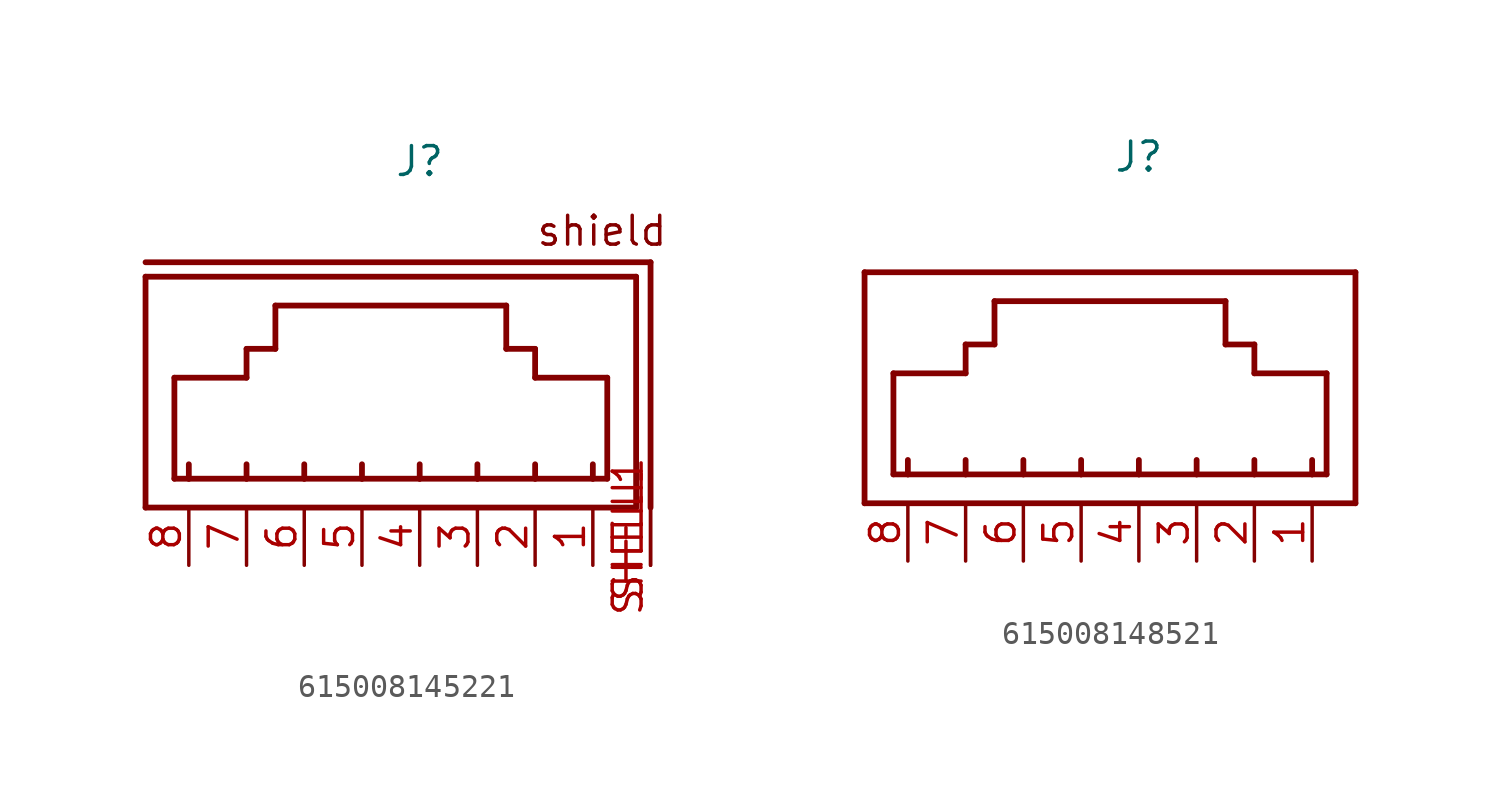
<source format=kicad_sym>
(kicad_symbol_lib
  (version 20241209)
  (generator "kicad_symbol_editor")
  (generator_version "9.0")
  (symbol "615008145221"
    (pin_names
      (hide yes))
    (property "Reference" "J"
      (at 0 10.16 0)
      (effects (font (size 1.27 1.27))))
    (symbol "615008145221_1_0"
      (polyline (pts (xy -12.065 5.715) (xy 10.16 5.715)) (stroke (width 0.254) (type solid)) (fill (type none)))
      (polyline (pts (xy -12.065 5.08) (xy 9.525 5.08)) (stroke (width 0.254) (type solid)) (fill (type none)))
      (polyline (pts (xy -12.065 -5.08) (xy -12.065 5.08)) (stroke (width 0.254) (type solid)) (fill (type none)))
      (polyline (pts (xy -10.795 0.635) (xy -7.62 0.635)) (stroke (width 0.254) (type solid)) (fill (type none)))
      (polyline (pts (xy -10.795 -3.81) (xy -10.795 0.635)) (stroke (width 0.254) (type solid)) (fill (type none)))
      (polyline (pts (xy -10.16 -3.81) (xy -10.795 -3.81)) (stroke (width 0.254) (type solid)) (fill (type none)))
      (polyline (pts (xy -10.16 -3.81) (xy -10.16 -3.175)) (stroke (width 0.254) (type solid)) (fill (type none)))
      (polyline (pts (xy -7.62 1.905) (xy -6.35 1.905)) (stroke (width 0.254) (type solid)) (fill (type none)))
      (polyline (pts (xy -7.62 0.635) (xy -7.62 1.905)) (stroke (width 0.254) (type solid)) (fill (type none)))
      (polyline (pts (xy -7.62 -3.81) (xy -10.16 -3.81)) (stroke (width 0.254) (type solid)) (fill (type none)))
      (polyline (pts (xy -7.62 -3.81) (xy -7.62 -3.175)) (stroke (width 0.254) (type solid)) (fill (type none)))
      (polyline (pts (xy -6.35 3.81) (xy 3.81 3.81)) (stroke (width 0.254) (type solid)) (fill (type none)))
      (polyline (pts (xy -6.35 1.905) (xy -6.35 3.81)) (stroke (width 0.254) (type solid)) (fill (type none)))
      (polyline (pts (xy -5.08 -3.81) (xy -7.62 -3.81)) (stroke (width 0.254) (type solid)) (fill (type none)))
      (polyline (pts (xy -5.08 -3.81) (xy -5.08 -3.175)) (stroke (width 0.254) (type solid)) (fill (type none)))
      (polyline (pts (xy -2.54 -3.81) (xy -5.08 -3.81)) (stroke (width 0.254) (type solid)) (fill (type none)))
      (polyline (pts (xy -2.54 -3.81) (xy -2.54 -3.175)) (stroke (width 0.254) (type solid)) (fill (type none)))
      (polyline (pts (xy 0 -3.81) (xy -2.54 -3.81)) (stroke (width 0.254) (type solid)) (fill (type none)))
      (polyline (pts (xy 0 -3.81) (xy 0 -3.175)) (stroke (width 0.254) (type solid)) (fill (type none)))
      (polyline (pts (xy 2.54 -3.81) (xy 0 -3.81)) (stroke (width 0.254) (type solid)) (fill (type none)))
      (polyline (pts (xy 2.54 -3.81) (xy 2.54 -3.175)) (stroke (width 0.254) (type solid)) (fill (type none)))
      (polyline (pts (xy 3.81 1.905) (xy 3.81 3.81)) (stroke (width 0.254) (type solid)) (fill (type none)))
      (polyline (pts (xy 5.08 1.905) (xy 3.81 1.905)) (stroke (width 0.254) (type solid)) (fill (type none)))
      (polyline (pts (xy 5.08 0.635) (xy 5.08 1.905)) (stroke (width 0.254) (type solid)) (fill (type none)))
      (polyline (pts (xy 5.08 -3.81) (xy 2.54 -3.81)) (stroke (width 0.254) (type solid)) (fill (type none)))
      (polyline (pts (xy 5.08 -3.81) (xy 5.08 -3.175)) (stroke (width 0.254) (type solid)) (fill (type none)))
      (polyline (pts (xy 7.62 -3.81) (xy 5.08 -3.81)) (stroke (width 0.254) (type solid)) (fill (type none)))
      (polyline (pts (xy 7.62 -3.81) (xy 7.62 -3.175)) (stroke (width 0.254) (type solid)) (fill (type none)))
      (polyline (pts (xy 8.255 0.635) (xy 5.08 0.635)) (stroke (width 0.254) (type solid)) (fill (type none)))
      (polyline (pts (xy 8.255 0.635) (xy 8.255 -3.81)) (stroke (width 0.254) (type solid)) (fill (type none)))
      (polyline (pts (xy 8.255 -3.81) (xy 7.62 -3.81)) (stroke (width 0.254) (type solid)) (fill (type none)))
      (polyline (pts (xy 9.525 5.08) (xy 9.525 -5.08)) (stroke (width 0.254) (type solid)) (fill (type none)))
      (polyline (pts (xy 9.525 -5.08) (xy -12.065 -5.08)) (stroke (width 0.254) (type solid)) (fill (type none)))
      (polyline (pts (xy 10.16 5.715) (xy 10.16 -5.08)) (stroke (width 0.254) (type solid)) (fill (type none)))
      (pin passive line (at -10.16 -7.62 90) (length 2.54) (name "8" (effects (font (size 1.27 1.27)))) (number "8" (effects (font (size 1.27 1.27)))))
      (pin passive line (at -7.62 -7.62 90) (length 2.54) (name "7" (effects (font (size 1.27 1.27)))) (number "7" (effects (font (size 1.27 1.27)))))
      (pin passive line (at -5.08 -7.62 90) (length 2.54) (name "6" (effects (font (size 1.27 1.27)))) (number "6" (effects (font (size 1.27 1.27)))))
      (pin passive line (at -2.54 -7.62 90) (length 2.54) (name "5" (effects (font (size 1.27 1.27)))) (number "5" (effects (font (size 1.27 1.27)))))
      (pin passive line (at 0 -7.62 90) (length 2.54) (name "4" (effects (font (size 1.27 1.27)))) (number "4" (effects (font (size 1.27 1.27)))))
      (pin passive line (at 2.54 -7.62 90) (length 2.54) (name "3" (effects (font (size 1.27 1.27)))) (number "3" (effects (font (size 1.27 1.27)))))
      (pin passive line (at 5.08 -7.62 90) (length 2.54) (name "2" (effects (font (size 1.27 1.27)))) (number "2" (effects (font (size 1.27 1.27)))))
      (pin passive line (at 7.62 -7.62 90) (length 2.54) (name "1" (effects (font (size 1.27 1.27)))) (number "1" (effects (font (size 1.27 1.27)))))
      (pin passive line (at 10.16 -7.62 90) (length 2.54) (name "SHIELD" (effects (font (size 1.27 1.27)))) (number "SHELL" (effects (font (size 1.27 1.27)))))
      (pin passive line (at 10.16 -7.62 90) (length 2.54) (name "SHIELD" (effects (font (size 1.27 1.27)))) (number "SHELL1" (effects (font (size 1.27 1.27))))))
    (symbol "615008145221_1_1"
      (text "shield" (at 5.08 6.35 0) (effects (font (size 1.27 1.27)) (justify left bottom)))))
  (symbol "615008148521"
    (pin_names
      (hide yes))
    (property "Reference" "J"
      (at 0 10.16 0)
      (effects (font (size 1.27 1.27))))
    (symbol "615008148521_1_0"
      (polyline (pts (xy -12.065 5.08) (xy 9.525 5.08)) (stroke (width 0.254) (type solid)) (fill (type none)))
      (polyline (pts (xy -12.065 -5.08) (xy -12.065 5.08)) (stroke (width 0.254) (type solid)) (fill (type none)))
      (polyline (pts (xy -10.795 0.635) (xy -7.62 0.635)) (stroke (width 0.254) (type solid)) (fill (type none)))
      (polyline (pts (xy -10.795 -3.81) (xy -10.795 0.635)) (stroke (width 0.254) (type solid)) (fill (type none)))
      (polyline (pts (xy -10.16 -3.81) (xy -10.795 -3.81)) (stroke (width 0.254) (type solid)) (fill (type none)))
      (polyline (pts (xy -10.16 -3.81) (xy -10.16 -3.175)) (stroke (width 0.254) (type solid)) (fill (type none)))
      (polyline (pts (xy -7.62 1.905) (xy -6.35 1.905)) (stroke (width 0.254) (type solid)) (fill (type none)))
      (polyline (pts (xy -7.62 0.635) (xy -7.62 1.905)) (stroke (width 0.254) (type solid)) (fill (type none)))
      (polyline (pts (xy -7.62 -3.81) (xy -10.16 -3.81)) (stroke (width 0.254) (type solid)) (fill (type none)))
      (polyline (pts (xy -7.62 -3.81) (xy -7.62 -3.175)) (stroke (width 0.254) (type solid)) (fill (type none)))
      (polyline (pts (xy -6.35 3.81) (xy 3.81 3.81)) (stroke (width 0.254) (type solid)) (fill (type none)))
      (polyline (pts (xy -6.35 1.905) (xy -6.35 3.81)) (stroke (width 0.254) (type solid)) (fill (type none)))
      (polyline (pts (xy -5.08 -3.81) (xy -7.62 -3.81)) (stroke (width 0.254) (type solid)) (fill (type none)))
      (polyline (pts (xy -5.08 -3.81) (xy -5.08 -3.175)) (stroke (width 0.254) (type solid)) (fill (type none)))
      (polyline (pts (xy -2.54 -3.81) (xy -5.08 -3.81)) (stroke (width 0.254) (type solid)) (fill (type none)))
      (polyline (pts (xy -2.54 -3.81) (xy -2.54 -3.175)) (stroke (width 0.254) (type solid)) (fill (type none)))
      (polyline (pts (xy 0 -3.81) (xy -2.54 -3.81)) (stroke (width 0.254) (type solid)) (fill (type none)))
      (polyline (pts (xy 0 -3.81) (xy 0 -3.175)) (stroke (width 0.254) (type solid)) (fill (type none)))
      (polyline (pts (xy 2.54 -3.175) (xy 2.54 -3.81)) (stroke (width 0.254) (type solid)) (fill (type none)))
      (polyline (pts (xy 2.54 -3.81) (xy 0 -3.81)) (stroke (width 0.254) (type solid)) (fill (type none)))
      (polyline (pts (xy 3.81 1.905) (xy 3.81 3.81)) (stroke (width 0.254) (type solid)) (fill (type none)))
      (polyline (pts (xy 5.08 1.905) (xy 3.81 1.905)) (stroke (width 0.254) (type solid)) (fill (type none)))
      (polyline (pts (xy 5.08 0.635) (xy 5.08 1.905)) (stroke (width 0.254) (type solid)) (fill (type none)))
      (polyline (pts (xy 5.08 -3.175) (xy 5.08 -3.81)) (stroke (width 0.254) (type solid)) (fill (type none)))
      (polyline (pts (xy 5.08 -3.81) (xy 2.54 -3.81)) (stroke (width 0.254) (type solid)) (fill (type none)))
      (polyline (pts (xy 7.62 -3.175) (xy 7.62 -3.81)) (stroke (width 0.254) (type solid)) (fill (type none)))
      (polyline (pts (xy 7.62 -3.81) (xy 5.08 -3.81)) (stroke (width 0.254) (type solid)) (fill (type none)))
      (polyline (pts (xy 8.255 0.635) (xy 5.08 0.635)) (stroke (width 0.254) (type solid)) (fill (type none)))
      (polyline (pts (xy 8.255 0.635) (xy 8.255 -3.81)) (stroke (width 0.254) (type solid)) (fill (type none)))
      (polyline (pts (xy 8.255 -3.81) (xy 7.62 -3.81)) (stroke (width 0.254) (type solid)) (fill (type none)))
      (polyline (pts (xy 9.525 5.08) (xy 9.525 -5.08)) (stroke (width 0.254) (type solid)) (fill (type none)))
      (polyline (pts (xy 9.525 -5.08) (xy -12.065 -5.08)) (stroke (width 0.254) (type solid)) (fill (type none)))
      (pin passive line (at -10.16 -7.62 90) (length 2.54) (name "8" (effects (font (size 1.27 1.27)))) (number "8" (effects (font (size 1.27 1.27)))))
      (pin passive line (at -7.62 -7.62 90) (length 2.54) (name "7" (effects (font (size 1.27 1.27)))) (number "7" (effects (font (size 1.27 1.27)))))
      (pin passive line (at -5.08 -7.62 90) (length 2.54) (name "6" (effects (font (size 1.27 1.27)))) (number "6" (effects (font (size 1.27 1.27)))))
      (pin passive line (at -2.54 -7.62 90) (length 2.54) (name "5" (effects (font (size 1.27 1.27)))) (number "5" (effects (font (size 1.27 1.27)))))
      (pin passive line (at 0 -7.62 90) (length 2.54) (name "4" (effects (font (size 1.27 1.27)))) (number "4" (effects (font (size 1.27 1.27)))))
      (pin passive line (at 2.54 -7.62 90) (length 2.54) (name "3" (effects (font (size 1.27 1.27)))) (number "3" (effects (font (size 1.27 1.27)))))
      (pin passive line (at 5.08 -7.62 90) (length 2.54) (name "2" (effects (font (size 1.27 1.27)))) (number "2" (effects (font (size 1.27 1.27)))))
      (pin passive line (at 7.62 -7.62 90) (length 2.54) (name "1" (effects (font (size 1.27 1.27)))) (number "1" (effects (font (size 1.27 1.27))))))))
</source>
